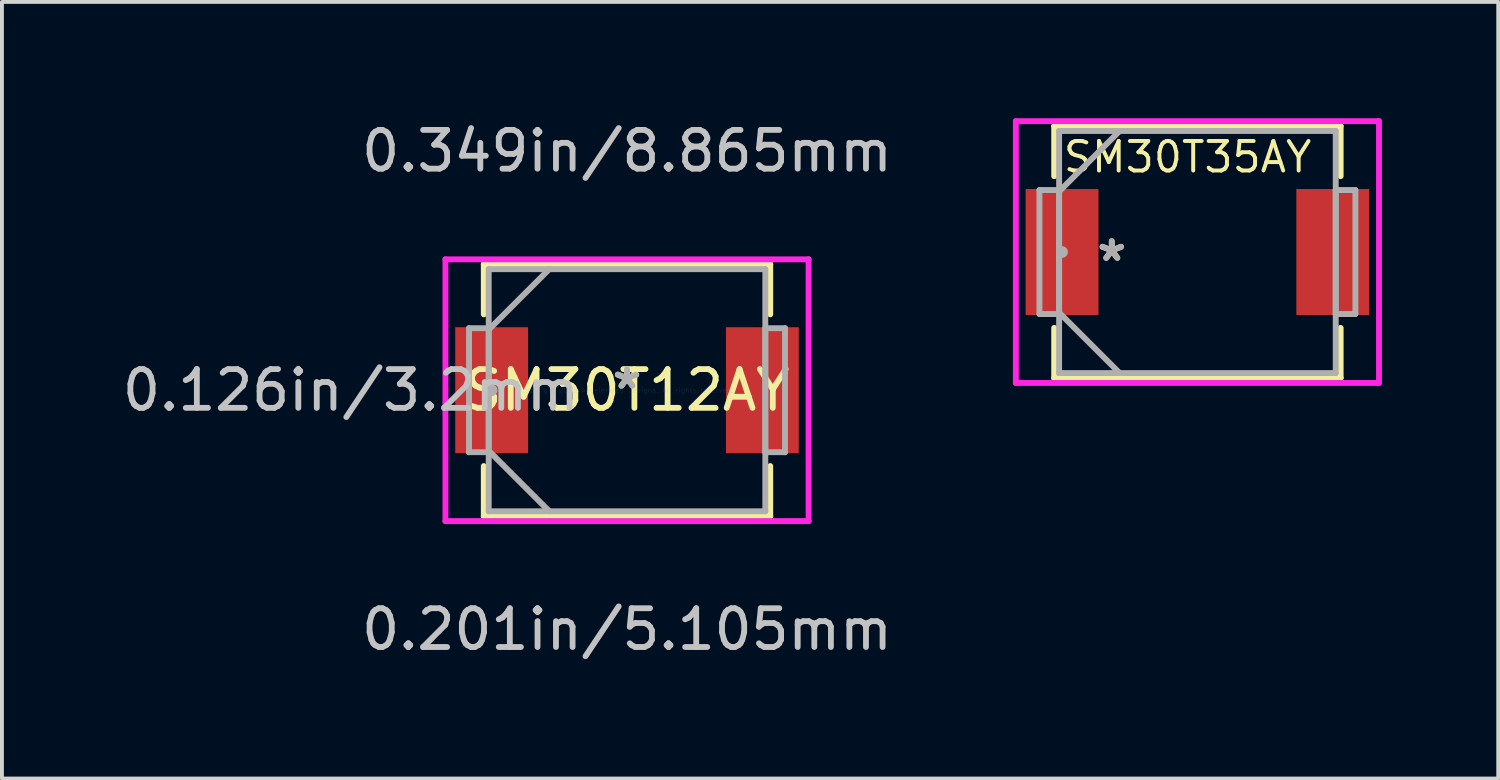
<source format=kicad_pcb>
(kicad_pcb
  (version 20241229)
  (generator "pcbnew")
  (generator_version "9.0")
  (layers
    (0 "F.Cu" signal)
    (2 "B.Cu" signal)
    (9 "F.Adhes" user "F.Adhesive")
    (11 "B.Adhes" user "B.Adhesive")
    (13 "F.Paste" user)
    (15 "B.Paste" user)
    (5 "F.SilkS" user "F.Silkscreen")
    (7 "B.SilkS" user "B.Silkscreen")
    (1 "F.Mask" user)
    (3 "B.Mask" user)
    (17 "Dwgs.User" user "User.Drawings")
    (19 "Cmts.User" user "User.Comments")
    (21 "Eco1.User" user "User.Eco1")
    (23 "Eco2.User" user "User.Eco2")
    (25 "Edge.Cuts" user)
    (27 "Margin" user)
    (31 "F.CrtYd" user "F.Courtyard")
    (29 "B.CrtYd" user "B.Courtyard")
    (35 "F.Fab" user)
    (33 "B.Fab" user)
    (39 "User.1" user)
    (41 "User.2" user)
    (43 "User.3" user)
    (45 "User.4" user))
  (footprint "SM30T35AY"
    (layer "F.Cu")
    (at 27.851 3.454)
    (property "Reference" "SM30T35AY" (at -0.254 -2.451 0) (layer "F.SilkS") (effects (font (size 0.762 0.762) (thickness 0.102))))
    (attr smd)
    (fp_line (start -3.696 -3.251) (end -3.696 -1.958) (stroke (width 0.152) (type solid)) (layer "F.SilkS"))
    (fp_line (start -3.696 1.958) (end -3.696 3.251) (stroke (width 0.152) (type solid)) (layer "F.SilkS"))
    (fp_line (start -3.696 3.251) (end 3.696 3.251) (stroke (width 0.152) (type solid)) (layer "F.SilkS"))
    (fp_line (start 3.696 -3.251) (end -3.696 -3.251) (stroke (width 0.152) (type solid)) (layer "F.SilkS"))
    (fp_line (start 3.696 -1.958) (end 3.696 -3.251) (stroke (width 0.152) (type solid)) (layer "F.SilkS"))
    (fp_line (start 3.696 3.251) (end 3.696 1.958) (stroke (width 0.152) (type solid)) (layer "F.SilkS"))
    (fp_line (start -4.686 -3.378) (end 4.686 -3.378) (stroke (width 0.152) (type solid)) (layer "F.CrtYd"))
    (fp_line (start -4.686 3.378) (end -4.686 -3.378) (stroke (width 0.152) (type solid)) (layer "F.CrtYd"))
    (fp_line (start 4.686 -3.378) (end 4.686 3.378) (stroke (width 0.152) (type solid)) (layer "F.CrtYd"))
    (fp_line (start 4.686 3.378) (end -4.686 3.378) (stroke (width 0.152) (type solid)) (layer "F.CrtYd"))
    (fp_line (start -4.077 -1.6) (end -4.077 1.6) (stroke (width 0.152) (type solid)) (layer "F.Fab"))
    (fp_line (start -4.077 1.6) (end -3.569 1.6) (stroke (width 0.152) (type solid)) (layer "F.Fab"))
    (fp_line (start -3.569 -3.124) (end -3.569 3.124) (stroke (width 0.152) (type solid)) (layer "F.Fab"))
    (fp_line (start -3.569 -1.6) (end -4.077 -1.6) (stroke (width 0.152) (type solid)) (layer "F.Fab"))
    (fp_line (start -3.569 -1.562) (end -2.007 -3.124) (stroke (width 0.152) (type solid)) (layer "F.Fab"))
    (fp_line (start -3.569 1.562) (end -2.007 3.124) (stroke (width 0.152) (type solid)) (layer "F.Fab"))
    (fp_line (start -3.569 1.6) (end -3.569 -1.6) (stroke (width 0.152) (type solid)) (layer "F.Fab"))
    (fp_line (start -3.569 3.124) (end 3.569 3.124) (stroke (width 0.152) (type solid)) (layer "F.Fab"))
    (fp_line (start 3.569 -3.124) (end -3.569 -3.124) (stroke (width 0.152) (type solid)) (layer "F.Fab"))
    (fp_line (start 3.569 -1.6) (end 3.569 1.6) (stroke (width 0.152) (type solid)) (layer "F.Fab"))
    (fp_line (start 3.569 1.6) (end 4.077 1.6) (stroke (width 0.152) (type solid)) (layer "F.Fab"))
    (fp_line (start 3.569 3.124) (end 3.569 -3.124) (stroke (width 0.152) (type solid)) (layer "F.Fab"))
    (fp_line (start 4.077 -1.6) (end 3.569 -1.6) (stroke (width 0.152) (type solid)) (layer "F.Fab"))
    (fp_line (start 4.077 1.6) (end 4.077 -1.6) (stroke (width 0.152) (type solid)) (layer "F.Fab"))
    (fp_circle (center -3.493 0) (end -3.493 0) (stroke (width 0.152) (type solid)) (fill no) (layer "F.Fab"))
    (fp_text user "*" (at -2.21 0.267 0) (layer "F.SilkS") (effects (font (size 1 1) (thickness 0.15))))
    (fp_text user "*" (at -2.21 0.267 0) (layer "F.Fab") (effects (font (size 1 1) (thickness 0.15))))
    (pad "1" smd rect (at -3.493 0) (size 1.88 3.251) (layers "F.Cu" "F.Mask" "F.Paste"))
    (pad "2" smd rect (at 3.493 0) (size 1.88 3.251) (layers "F.Cu" "F.Mask" "F.Paste")))
  (footprint "SM30T12AY"
    (layer "F.Cu")
    (at 13.131 7.02)
    (property "Reference" "SM30T12AY" (at 0 0 0) (layer "F.SilkS") (effects (font (size 1 1) (thickness 0.15))))
    (attr through_hole)
    (fp_line (start -3.696 -3.251) (end -3.696 -1.958) (stroke (width 0.152) (type solid)) (layer "F.SilkS"))
    (fp_line (start -3.696 1.958) (end -3.696 3.251) (stroke (width 0.152) (type solid)) (layer "F.SilkS"))
    (fp_line (start -3.696 3.251) (end 3.696 3.251) (stroke (width 0.152) (type solid)) (layer "F.SilkS"))
    (fp_line (start 3.696 -3.251) (end -3.696 -3.251) (stroke (width 0.152) (type solid)) (layer "F.SilkS"))
    (fp_line (start 3.696 -1.958) (end 3.696 -3.251) (stroke (width 0.152) (type solid)) (layer "F.SilkS"))
    (fp_line (start 3.696 3.251) (end 3.696 1.958) (stroke (width 0.152) (type solid)) (layer "F.SilkS"))
    (fp_line (start -4.686 -3.378) (end 4.686 -3.378) (stroke (width 0.152) (type solid)) (layer "F.CrtYd"))
    (fp_line (start -4.686 3.378) (end -4.686 -3.378) (stroke (width 0.152) (type solid)) (layer "F.CrtYd"))
    (fp_line (start 4.686 -3.378) (end 4.686 3.378) (stroke (width 0.152) (type solid)) (layer "F.CrtYd"))
    (fp_line (start 4.686 3.378) (end -4.686 3.378) (stroke (width 0.152) (type solid)) (layer "F.CrtYd"))
    (fp_line (start -4.077 -1.6) (end -4.077 1.6) (stroke (width 0.152) (type solid)) (layer "F.Fab"))
    (fp_line (start -4.077 1.6) (end -3.569 1.6) (stroke (width 0.152) (type solid)) (layer "F.Fab"))
    (fp_line (start -3.569 -3.124) (end -3.569 3.124) (stroke (width 0.152) (type solid)) (layer "F.Fab"))
    (fp_line (start -3.569 -1.6) (end -4.077 -1.6) (stroke (width 0.152) (type solid)) (layer "F.Fab"))
    (fp_line (start -3.569 -1.562) (end -2.007 -3.124) (stroke (width 0.152) (type solid)) (layer "F.Fab"))
    (fp_line (start -3.569 1.562) (end -2.007 3.124) (stroke (width 0.152) (type solid)) (layer "F.Fab"))
    (fp_line (start -3.569 1.6) (end -3.569 -1.6) (stroke (width 0.152) (type solid)) (layer "F.Fab"))
    (fp_line (start -3.569 3.124) (end 3.569 3.124) (stroke (width 0.152) (type solid)) (layer "F.Fab"))
    (fp_line (start 3.569 -3.124) (end -3.569 -3.124) (stroke (width 0.152) (type solid)) (layer "F.Fab"))
    (fp_line (start 3.569 -1.6) (end 3.569 1.6) (stroke (width 0.152) (type solid)) (layer "F.Fab"))
    (fp_line (start 3.569 1.6) (end 4.077 1.6) (stroke (width 0.152) (type solid)) (layer "F.Fab"))
    (fp_line (start 3.569 3.124) (end 3.569 -3.124) (stroke (width 0.152) (type solid)) (layer "F.Fab"))
    (fp_line (start 4.077 -1.6) (end 3.569 -1.6) (stroke (width 0.152) (type solid)) (layer "F.Fab"))
    (fp_line (start 4.077 1.6) (end 4.077 -1.6) (stroke (width 0.152) (type solid)) (layer "F.Fab"))
    (fp_circle (center -3.493 0) (end -3.493 0) (stroke (width 0.152) (type solid)) (fill no) (layer "F.Fab"))
    (fp_text user "*" (at 0 0 0) (layer "F.SilkS") (effects (font (size 1 1) (thickness 0.15))))
    (fp_text user "0.126in/3.2mm" (at -7.125 0 0) (layer "Dwgs.User") (effects (font (size 1 1) (thickness 0.15))))
    (fp_text user "0.201in/5.105mm" (at 0 6.172 0) (layer "Dwgs.User") (effects (font (size 1 1) (thickness 0.15))))
    (fp_text user "0.349in/8.865mm" (at 0 -6.172 0) (layer "Dwgs.User") (effects (font (size 1 1) (thickness 0.15))))
    (fp_text user "Copyright 2016 Accelerated Designs. All rights reserved." (at 0 0 0) (layer "Cmts.User") (effects (font (size 0.127 0.127) (thickness 0.002))))
    (fp_text user "*" (at 0 0 0) (layer "F.Fab") (effects (font (size 1 1) (thickness 0.15))))
    (pad "1" smd rect (at -3.493 0) (size 1.88 3.251) (layers "F.Cu" "F.Mask" "F.Paste"))
    (pad "2" smd rect (at 3.493 0) (size 1.88 3.251) (layers "F.Cu" "F.Mask" "F.Paste")))
  (gr_rect
    (start -3 -3)
    (end 35.614 17.041)
    (stroke (width 0.1) (type default))
    (fill no)
    (layer "Edge.Cuts")))
</source>
